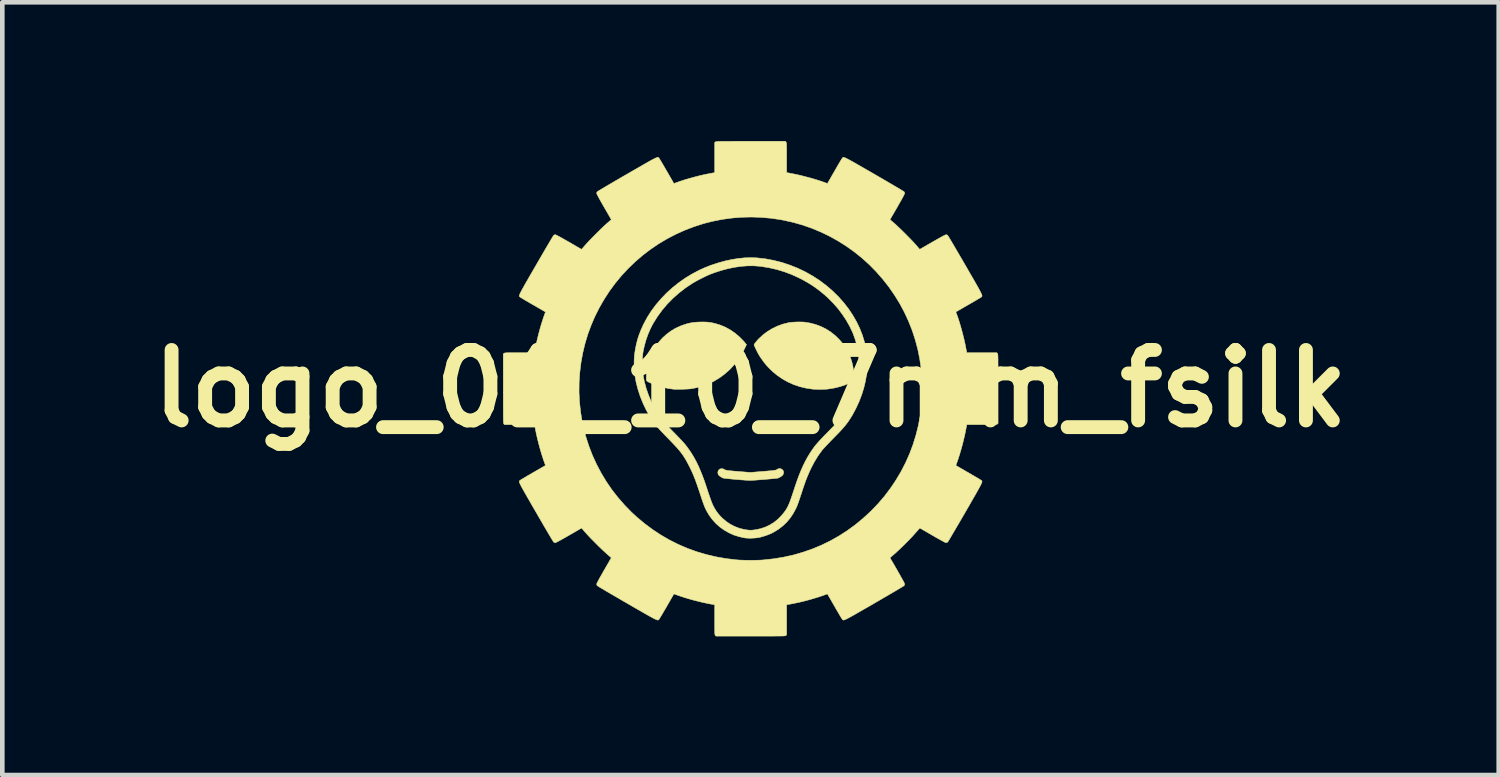
<source format=kicad_pcb>
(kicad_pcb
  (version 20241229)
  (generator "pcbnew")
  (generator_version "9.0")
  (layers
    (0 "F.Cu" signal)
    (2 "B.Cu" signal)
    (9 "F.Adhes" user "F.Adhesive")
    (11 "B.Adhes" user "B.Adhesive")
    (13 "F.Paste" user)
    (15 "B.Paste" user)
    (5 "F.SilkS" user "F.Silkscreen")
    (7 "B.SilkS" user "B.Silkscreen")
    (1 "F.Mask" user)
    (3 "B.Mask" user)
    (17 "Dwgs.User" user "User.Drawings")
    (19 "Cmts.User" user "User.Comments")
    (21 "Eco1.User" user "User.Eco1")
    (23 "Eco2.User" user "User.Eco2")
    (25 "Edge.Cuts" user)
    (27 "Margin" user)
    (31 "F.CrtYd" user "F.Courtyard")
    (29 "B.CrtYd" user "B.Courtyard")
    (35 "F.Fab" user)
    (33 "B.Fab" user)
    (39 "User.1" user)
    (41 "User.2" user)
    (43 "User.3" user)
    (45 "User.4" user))
  (footprint "logo_01_10_7mm_fsilk"
    (layer "F.Cu")
    (at 13.179 5.352)
    (property "Reference" "logo_01_10_7mm_fsilk" (at 0 0 0) (layer "F.SilkS") (effects (font (size 1.524 1.524) (thickness 0.3))))
    (attr through_hole)
    (fp_poly (pts (xy -0.956 -1.438) (xy -0.897 -1.433) (xy -0.839 -1.424) (xy -0.778 -1.41) (xy -0.761 -1.406) (xy -0.648 -1.371) (xy -0.539 -1.325) (xy -0.434 -1.267) (xy -0.335 -1.198) (xy -0.242 -1.12) (xy -0.156 -1.033) (xy -0.132 -1.005) (xy -0.087 -0.951) (xy -0.118 -0.884) (xy -0.178 -0.762) (xy -0.25 -0.647) (xy -0.332 -0.538) (xy -0.426 -0.435) (xy -0.463 -0.398) (xy -0.568 -0.307) (xy -0.679 -0.226) (xy -0.796 -0.156) (xy -0.919 -0.098) (xy -1.048 -0.051) (xy -1.182 -0.015) (xy -1.28 0.003) (xy -1.308 0.007) (xy -1.346 0.01) (xy -1.391 0.012) (xy -1.44 0.014) (xy -1.491 0.016) (xy -1.541 0.017) (xy -1.586 0.017) (xy -1.625 0.017) (xy -1.655 0.015) (xy -1.657 0.015) (xy -1.782 -0.002) (xy -1.908 -0.031) (xy -2.033 -0.069) (xy -2.152 -0.116) (xy -2.179 -0.128) (xy -2.21 -0.143) (xy -2.23 -0.154) (xy -2.243 -0.166) (xy -2.251 -0.179) (xy -2.253 -0.197) (xy -2.254 -0.223) (xy -2.254 -0.235) (xy -2.248 -0.357) (xy -2.231 -0.477) (xy -2.202 -0.593) (xy -2.162 -0.704) (xy -2.112 -0.81) (xy -2.052 -0.911) (xy -1.983 -1.005) (xy -1.906 -1.092) (xy -1.82 -1.17) (xy -1.726 -1.241) (xy -1.625 -1.302) (xy -1.517 -1.352) (xy -1.438 -1.381) (xy -1.371 -1.402) (xy -1.308 -1.417) (xy -1.245 -1.428) (xy -1.178 -1.435) (xy -1.103 -1.439) (xy -1.092 -1.439) (xy -1.02 -1.44) (xy -0.956 -1.438)) (stroke (width 0.01) (type solid)) (fill yes) (layer "F.SilkS"))
    (fp_poly (pts (xy 1.122 -1.439) (xy 1.164 -1.437) (xy 1.175 -1.435) (xy 1.297 -1.415) (xy 1.415 -1.383) (xy 1.528 -1.34) (xy 1.636 -1.286) (xy 1.738 -1.221) (xy 1.832 -1.146) (xy 1.912 -1.068) (xy 1.969 -1.004) (xy 2.017 -0.941) (xy 2.061 -0.873) (xy 2.102 -0.798) (xy 2.121 -0.759) (xy 2.16 -0.671) (xy 2.189 -0.585) (xy 2.211 -0.497) (xy 2.225 -0.406) (xy 2.232 -0.308) (xy 2.233 -0.281) (xy 2.237 -0.165) (xy 2.158 -0.127) (xy 2.05 -0.08) (xy 1.937 -0.042) (xy 1.819 -0.013) (xy 1.693 0.008) (xy 1.654 0.013) (xy 1.621 0.015) (xy 1.579 0.017) (xy 1.53 0.018) (xy 1.48 0.018) (xy 1.43 0.017) (xy 1.384 0.015) (xy 1.346 0.013) (xy 1.338 0.012) (xy 1.2 -0.009) (xy 1.066 -0.041) (xy 0.936 -0.085) (xy 0.812 -0.14) (xy 0.694 -0.206) (xy 0.582 -0.282) (xy 0.477 -0.368) (xy 0.38 -0.463) (xy 0.291 -0.568) (xy 0.211 -0.681) (xy 0.167 -0.754) (xy 0.152 -0.782) (xy 0.136 -0.813) (xy 0.12 -0.846) (xy 0.105 -0.877) (xy 0.092 -0.906) (xy 0.082 -0.929) (xy 0.077 -0.944) (xy 0.076 -0.949) (xy 0.08 -0.957) (xy 0.091 -0.973) (xy 0.107 -0.994) (xy 0.126 -1.018) (xy 0.147 -1.043) (xy 0.168 -1.066) (xy 0.18 -1.078) (xy 0.268 -1.16) (xy 0.365 -1.233) (xy 0.47 -1.297) (xy 0.58 -1.35) (xy 0.694 -1.392) (xy 0.812 -1.422) (xy 0.833 -1.426) (xy 0.869 -1.431) (xy 0.914 -1.435) (xy 0.965 -1.438) (xy 1.019 -1.44) (xy 1.072 -1.44) (xy 1.122 -1.439)) (stroke (width 0.01) (type solid)) (fill yes) (layer "F.SilkS"))
    (fp_poly (pts (xy 0.653 1.733) (xy 0.678 1.745) (xy 0.7 1.765) (xy 0.713 1.789) (xy 0.715 1.794) (xy 0.716 1.821) (xy 0.709 1.849) (xy 0.698 1.87) (xy 0.681 1.886) (xy 0.657 1.904) (xy 0.629 1.92) (xy 0.603 1.933) (xy 0.593 1.936) (xy 0.58 1.939) (xy 0.556 1.942) (xy 0.523 1.945) (xy 0.482 1.949) (xy 0.435 1.954) (xy 0.383 1.958) (xy 0.329 1.963) (xy 0.273 1.968) (xy 0.217 1.972) (xy 0.164 1.976) (xy 0.114 1.98) (xy 0.069 1.983) (xy 0.031 1.985) (xy 0.001 1.986) (xy -0.018 1.987) (xy -0.019 1.987) (xy -0.038 1.986) (xy -0.067 1.984) (xy -0.106 1.982) (xy -0.152 1.978) (xy -0.203 1.975) (xy -0.258 1.97) (xy -0.315 1.965) (xy -0.321 1.965) (xy -0.376 1.96) (xy -0.429 1.955) (xy -0.476 1.95) (xy -0.518 1.946) (xy -0.551 1.942) (xy -0.576 1.939) (xy -0.589 1.937) (xy -0.59 1.936) (xy -0.611 1.927) (xy -0.635 1.914) (xy -0.659 1.898) (xy -0.678 1.883) (xy -0.686 1.876) (xy -0.701 1.85) (xy -0.707 1.821) (xy -0.703 1.792) (xy -0.692 1.766) (xy -0.673 1.747) (xy -0.667 1.743) (xy -0.647 1.736) (xy -0.625 1.733) (xy -0.624 1.733) (xy -0.61 1.733) (xy -0.596 1.735) (xy -0.58 1.742) (xy -0.558 1.753) (xy -0.543 1.761) (xy -0.535 1.764) (xy -0.52 1.767) (xy -0.499 1.77) (xy -0.47 1.774) (xy -0.431 1.778) (xy -0.383 1.783) (xy -0.324 1.788) (xy -0.264 1.793) (xy -0.003 1.814) (xy 0.27 1.791) (xy 0.337 1.786) (xy 0.392 1.781) (xy 0.437 1.777) (xy 0.472 1.773) (xy 0.5 1.77) (xy 0.521 1.767) (xy 0.537 1.764) (xy 0.548 1.762) (xy 0.556 1.759) (xy 0.561 1.755) (xy 0.562 1.755) (xy 0.597 1.736) (xy 0.631 1.73) (xy 0.653 1.733)) (stroke (width 0.01) (type solid)) (fill yes) (layer "F.SilkS"))
    (fp_poly (pts (xy 0.141 -2.826) (xy 0.149 -2.825) (xy 0.331 -2.804) (xy 0.509 -2.77) (xy 0.685 -2.725) (xy 0.856 -2.668) (xy 1.024 -2.601) (xy 1.186 -2.523) (xy 1.342 -2.435) (xy 1.493 -2.338) (xy 1.636 -2.23) (xy 1.771 -2.114) (xy 1.899 -1.989) (xy 2.017 -1.856) (xy 2.119 -1.724) (xy 2.211 -1.587) (xy 2.292 -1.446) (xy 2.361 -1.303) (xy 2.418 -1.158) (xy 2.463 -1.011) (xy 2.496 -0.863) (xy 2.517 -0.714) (xy 2.525 -0.564) (xy 2.521 -0.415) (xy 2.511 -0.311) (xy 2.486 -0.163) (xy 2.45 -0.012) (xy 2.403 0.138) (xy 2.346 0.286) (xy 2.279 0.431) (xy 2.204 0.571) (xy 2.186 0.6) (xy 2.16 0.642) (xy 2.135 0.681) (xy 2.11 0.718) (xy 2.083 0.754) (xy 2.055 0.791) (xy 2.023 0.829) (xy 1.987 0.87) (xy 1.947 0.914) (xy 1.9 0.964) (xy 1.846 1.019) (xy 1.784 1.082) (xy 1.768 1.099) (xy 1.727 1.141) (xy 1.687 1.183) (xy 1.648 1.223) (xy 1.614 1.26) (xy 1.584 1.293) (xy 1.56 1.319) (xy 1.544 1.338) (xy 1.543 1.34) (xy 1.459 1.457) (xy 1.381 1.585) (xy 1.321 1.699) (xy 1.288 1.767) (xy 1.258 1.834) (xy 1.229 1.903) (xy 1.2 1.975) (xy 1.172 2.053) (xy 1.142 2.14) (xy 1.121 2.203) (xy 1.098 2.274) (xy 1.078 2.334) (xy 1.061 2.385) (xy 1.047 2.427) (xy 1.035 2.462) (xy 1.024 2.491) (xy 1.015 2.516) (xy 1.006 2.538) (xy 0.998 2.558) (xy 0.989 2.577) (xy 0.98 2.596) (xy 0.923 2.703) (xy 0.857 2.801) (xy 0.782 2.89) (xy 0.698 2.97) (xy 0.605 3.042) (xy 0.502 3.105) (xy 0.465 3.124) (xy 0.418 3.146) (xy 0.362 3.168) (xy 0.303 3.188) (xy 0.244 3.206) (xy 0.19 3.219) (xy 0.171 3.223) (xy 0.126 3.229) (xy 0.075 3.233) (xy 0.019 3.236) (xy -0.035 3.236) (xy -0.085 3.234) (xy -0.126 3.229) (xy -0.129 3.229) (xy -0.247 3.203) (xy -0.361 3.167) (xy -0.468 3.119) (xy -0.569 3.061) (xy -0.663 2.994) (xy -0.749 2.917) (xy -0.827 2.831) (xy -0.896 2.737) (xy -0.956 2.634) (xy -0.987 2.569) (xy -0.998 2.542) (xy -1.011 2.506) (xy -1.027 2.464) (xy -1.042 2.42) (xy -1.057 2.376) (xy -1.057 2.374) (xy -1.09 2.275) (xy -1.119 2.187) (xy -1.146 2.108) (xy -1.171 2.037) (xy -1.194 1.974) (xy -1.217 1.916) (xy -1.239 1.862) (xy -1.261 1.811) (xy -1.284 1.761) (xy -1.308 1.711) (xy -1.324 1.68) (xy -1.356 1.618) (xy -1.387 1.561) (xy -1.417 1.51) (xy -1.448 1.461) (xy -1.481 1.414) (xy -1.517 1.366) (xy -1.557 1.318) (xy -1.603 1.266) (xy -1.655 1.21) (xy -1.714 1.148) (xy -1.765 1.095) (xy -1.829 1.03) (xy -1.884 0.973) (xy -1.932 0.922) (xy -1.974 0.877) (xy -2.01 0.835) (xy -2.043 0.797) (xy -2.072 0.76) (xy -2.099 0.723) (xy -2.124 0.686) (xy -2.15 0.648) (xy -2.17 0.615) (xy -2.251 0.473) (xy -2.322 0.325) (xy -2.384 0.172) (xy -2.435 0.016) (xy -2.475 -0.141) (xy -2.503 -0.297) (xy -2.506 -0.321) (xy -2.51 -0.364) (xy -2.513 -0.415) (xy -2.516 -0.471) (xy -2.517 -0.53) (xy -2.517 -0.546) (xy -2.34 -0.546) (xy -2.339 -0.484) (xy -2.337 -0.425) (xy -2.334 -0.372) (xy -2.33 -0.328) (xy -2.328 -0.318) (xy -2.298 -0.162) (xy -2.257 -0.006) (xy -2.204 0.146) (xy -2.142 0.294) (xy -2.07 0.436) (xy -2.021 0.52) (xy -1.997 0.558) (xy -1.974 0.593) (xy -1.951 0.626) (xy -1.926 0.658) (xy -1.899 0.692) (xy -1.869 0.727) (xy -1.835 0.765) (xy -1.794 0.808) (xy -1.748 0.857) (xy -1.693 0.913) (xy -1.667 0.94) (xy -1.614 0.994) (xy -1.568 1.041) (xy -1.53 1.081) (xy -1.497 1.115) (xy -1.469 1.145) (xy -1.445 1.173) (xy -1.423 1.198) (xy -1.403 1.223) (xy -1.384 1.248) (xy -1.364 1.273) (xy -1.311 1.348) (xy -1.261 1.424) (xy -1.214 1.504) (xy -1.169 1.589) (xy -1.125 1.679) (xy -1.083 1.777) (xy -1.04 1.883) (xy -0.997 1.999) (xy -0.954 2.126) (xy -0.936 2.181) (xy -0.912 2.254) (xy -0.891 2.317) (xy -0.872 2.37) (xy -0.856 2.415) (xy -0.842 2.453) (xy -0.829 2.486) (xy -0.816 2.515) (xy -0.804 2.541) (xy -0.791 2.566) (xy -0.783 2.58) (xy -0.742 2.648) (xy -0.697 2.709) (xy -0.645 2.767) (xy -0.609 2.803) (xy -0.527 2.873) (xy -0.438 2.933) (xy -0.342 2.983) (xy -0.242 3.021) (xy -0.138 3.047) (xy -0.054 3.06) (xy -0.023 3.062) (xy 0.005 3.063) (xy 0.034 3.062) (xy 0.068 3.058) (xy 0.11 3.052) (xy 0.124 3.05) (xy 0.225 3.028) (xy 0.323 2.994) (xy 0.418 2.949) (xy 0.507 2.894) (xy 0.59 2.828) (xy 0.665 2.753) (xy 0.733 2.67) (xy 0.753 2.641) (xy 0.769 2.617) (xy 0.784 2.593) (xy 0.797 2.569) (xy 0.81 2.544) (xy 0.823 2.517) (xy 0.836 2.485) (xy 0.851 2.449) (xy 0.866 2.407) (xy 0.884 2.357) (xy 0.903 2.299) (xy 0.926 2.231) (xy 0.952 2.152) (xy 0.953 2.149) (xy 0.998 2.015) (xy 1.043 1.892) (xy 1.088 1.78) (xy 1.134 1.676) (xy 1.181 1.579) (xy 1.23 1.489) (xy 1.281 1.405) (xy 1.299 1.376) (xy 1.325 1.338) (xy 1.35 1.302) (xy 1.374 1.268) (xy 1.4 1.234) (xy 1.429 1.2) (xy 1.46 1.164) (xy 1.496 1.124) (xy 1.537 1.081) (xy 1.584 1.031) (xy 1.639 0.975) (xy 1.676 0.937) (xy 1.716 0.896) (xy 1.754 0.857) (xy 1.79 0.82) (xy 1.822 0.787) (xy 1.848 0.759) (xy 1.868 0.737) (xy 1.88 0.724) (xy 1.953 0.632) (xy 2.022 0.529) (xy 2.087 0.418) (xy 2.146 0.3) (xy 2.2 0.176) (xy 2.246 0.05) (xy 2.285 -0.078) (xy 2.314 -0.2) (xy 2.337 -0.344) (xy 2.348 -0.488) (xy 2.346 -0.632) (xy 2.331 -0.776) (xy 2.304 -0.919) (xy 2.264 -1.061) (xy 2.213 -1.202) (xy 2.206 -1.217) (xy 2.143 -1.349) (xy 2.069 -1.479) (xy 1.984 -1.607) (xy 1.89 -1.731) (xy 1.786 -1.849) (xy 1.674 -1.962) (xy 1.597 -2.031) (xy 1.482 -2.125) (xy 1.366 -2.21) (xy 1.244 -2.287) (xy 1.115 -2.36) (xy 1.049 -2.393) (xy 0.889 -2.466) (xy 0.729 -2.526) (xy 0.566 -2.575) (xy 0.399 -2.613) (xy 0.226 -2.641) (xy 0.191 -2.645) (xy 0.067 -2.654) (xy -0.063 -2.653) (xy -0.199 -2.643) (xy -0.339 -2.623) (xy -0.481 -2.594) (xy -0.625 -2.556) (xy -0.769 -2.51) (xy -0.86 -2.476) (xy -0.904 -2.458) (xy -0.955 -2.435) (xy -1.011 -2.408) (xy -1.069 -2.379) (xy -1.127 -2.349) (xy -1.181 -2.32) (xy -1.229 -2.292) (xy -1.257 -2.276) (xy -1.407 -2.176) (xy -1.547 -2.067) (xy -1.678 -1.951) (xy -1.8 -1.827) (xy -1.912 -1.695) (xy -2.013 -1.556) (xy -2.104 -1.41) (xy -2.126 -1.371) (xy -2.175 -1.272) (xy -2.22 -1.164) (xy -2.26 -1.05) (xy -2.293 -0.932) (xy -2.319 -0.815) (xy -2.328 -0.758) (xy -2.333 -0.716) (xy -2.337 -0.665) (xy -2.339 -0.607) (xy -2.34 -0.546) (xy -2.517 -0.546) (xy -2.517 -0.589) (xy -2.515 -0.644) (xy -2.513 -0.692) (xy -2.509 -0.73) (xy -2.491 -0.849) (xy -2.469 -0.958) (xy -2.443 -1.062) (xy -2.41 -1.162) (xy -2.371 -1.262) (xy -2.325 -1.365) (xy -2.311 -1.394) (xy -2.234 -1.538) (xy -2.145 -1.678) (xy -2.045 -1.812) (xy -1.935 -1.941) (xy -1.817 -2.064) (xy -1.689 -2.18) (xy -1.554 -2.288) (xy -1.412 -2.388) (xy -1.264 -2.478) (xy -1.11 -2.559) (xy -0.994 -2.612) (xy -0.849 -2.669) (xy -0.702 -2.717) (xy -0.555 -2.758) (xy -0.408 -2.79) (xy -0.264 -2.813) (xy -0.123 -2.827) (xy 0.012 -2.831) (xy 0.141 -2.826)) (stroke (width 0.01) (type solid)) (fill yes) (layer "F.SilkS"))
    (fp_poly (pts (xy 0.768 -5.33) (xy 0.771 -5.326) (xy 0.773 -5.321) (xy 0.775 -5.315) (xy 0.777 -5.305) (xy 0.778 -5.292) (xy 0.779 -5.274) (xy 0.78 -5.25) (xy 0.78 -5.218) (xy 0.781 -5.179) (xy 0.781 -5.129) (xy 0.781 -5.07) (xy 0.781 -4.999) (xy 0.781 -4.992) (xy 0.781 -4.67) (xy 0.894 -4.649) (xy 0.993 -4.629) (xy 1.098 -4.605) (xy 1.206 -4.577) (xy 1.315 -4.548) (xy 1.42 -4.517) (xy 1.518 -4.486) (xy 1.595 -4.459) (xy 1.663 -4.434) (xy 1.817 -4.701) (xy 1.848 -4.755) (xy 1.877 -4.806) (xy 1.905 -4.853) (xy 1.929 -4.894) (xy 1.95 -4.929) (xy 1.967 -4.957) (xy 1.979 -4.976) (xy 1.985 -4.985) (xy 1.985 -4.985) (xy 1.99 -4.99) (xy 1.994 -4.994) (xy 1.999 -4.997) (xy 2.005 -4.999) (xy 2.012 -4.999) (xy 2.022 -4.998) (xy 2.035 -4.994) (xy 2.051 -4.988) (xy 2.071 -4.978) (xy 2.095 -4.966) (xy 2.125 -4.95) (xy 2.161 -4.931) (xy 2.203 -4.908) (xy 2.253 -4.88) (xy 2.31 -4.847) (xy 2.375 -4.81) (xy 2.449 -4.767) (xy 2.533 -4.719) (xy 2.627 -4.665) (xy 2.677 -4.636) (xy 2.759 -4.588) (xy 2.839 -4.542) (xy 2.915 -4.498) (xy 2.986 -4.456) (xy 3.053 -4.417) (xy 3.114 -4.381) (xy 3.168 -4.349) (xy 3.216 -4.321) (xy 3.255 -4.297) (xy 3.286 -4.279) (xy 3.307 -4.265) (xy 3.319 -4.258) (xy 3.32 -4.256) (xy 3.331 -4.24) (xy 3.333 -4.221) (xy 3.332 -4.217) (xy 3.328 -4.206) (xy 3.318 -4.186) (xy 3.303 -4.155) (xy 3.281 -4.115) (xy 3.253 -4.064) (xy 3.218 -4.004) (xy 3.178 -3.932) (xy 3.131 -3.851) (xy 3.077 -3.758) (xy 3.031 -3.679) (xy 3.016 -3.653) (xy 3.1 -3.581) (xy 3.134 -3.552) (xy 3.174 -3.514) (xy 3.219 -3.471) (xy 3.269 -3.423) (xy 3.32 -3.373) (xy 3.372 -3.321) (xy 3.423 -3.269) (xy 3.472 -3.219) (xy 3.516 -3.173) (xy 3.554 -3.132) (xy 3.584 -3.098) (xy 3.587 -3.094) (xy 3.659 -3.01) (xy 3.685 -3.025) (xy 3.784 -3.082) (xy 3.872 -3.133) (xy 3.949 -3.177) (xy 4.017 -3.216) (xy 4.074 -3.248) (xy 4.122 -3.275) (xy 4.16 -3.296) (xy 4.19 -3.311) (xy 4.21 -3.321) (xy 4.222 -3.325) (xy 4.223 -3.326) (xy 4.243 -3.325) (xy 4.259 -3.317) (xy 4.263 -3.314) (xy 4.268 -3.306) (xy 4.279 -3.289) (xy 4.296 -3.261) (xy 4.318 -3.225) (xy 4.344 -3.181) (xy 4.375 -3.129) (xy 4.409 -3.071) (xy 4.447 -3.006) (xy 4.488 -2.936) (xy 4.531 -2.862) (xy 4.577 -2.784) (xy 4.624 -2.702) (xy 4.643 -2.67) (xy 4.7 -2.571) (xy 4.751 -2.482) (xy 4.797 -2.403) (xy 4.837 -2.334) (xy 4.872 -2.273) (xy 4.902 -2.219) (xy 4.928 -2.174) (xy 4.949 -2.135) (xy 4.966 -2.102) (xy 4.98 -2.075) (xy 4.991 -2.052) (xy 4.999 -2.035) (xy 5.004 -2.02) (xy 5.006 -2.01) (xy 5.006 -2.001) (xy 5.005 -1.995) (xy 5.002 -1.99) (xy 4.998 -1.985) (xy 4.993 -1.981) (xy 4.99 -1.978) (xy 4.981 -1.972) (xy 4.963 -1.961) (xy 4.936 -1.944) (xy 4.901 -1.924) (xy 4.86 -1.899) (xy 4.813 -1.872) (xy 4.763 -1.843) (xy 4.709 -1.812) (xy 4.707 -1.811) (xy 4.44 -1.657) (xy 4.462 -1.598) (xy 4.488 -1.525) (xy 4.515 -1.441) (xy 4.542 -1.35) (xy 4.569 -1.255) (xy 4.594 -1.158) (xy 4.618 -1.062) (xy 4.639 -0.969) (xy 4.655 -0.887) (xy 4.677 -0.775) (xy 5.327 -0.775) (xy 5.34 -0.758) (xy 5.342 -0.755) (xy 5.344 -0.752) (xy 5.345 -0.748) (xy 5.347 -0.742) (xy 5.348 -0.734) (xy 5.349 -0.722) (xy 5.35 -0.706) (xy 5.351 -0.686) (xy 5.351 -0.661) (xy 5.352 -0.63) (xy 5.352 -0.592) (xy 5.352 -0.546) (xy 5.353 -0.493) (xy 5.353 -0.431) (xy 5.353 -0.36) (xy 5.353 -0.278) (xy 5.353 -0.186) (xy 5.353 -0.082) (xy 5.353 0.007) (xy 5.353 0.755) (xy 5.336 0.768) (xy 5.332 0.771) (xy 5.328 0.773) (xy 5.321 0.775) (xy 5.312 0.777) (xy 5.299 0.778) (xy 5.28 0.779) (xy 5.256 0.78) (xy 5.225 0.78) (xy 5.185 0.781) (xy 5.136 0.781) (xy 5.076 0.781) (xy 5.005 0.781) (xy 4.998 0.781) (xy 4.677 0.781) (xy 4.655 0.894) (xy 4.635 0.994) (xy 4.61 1.1) (xy 4.583 1.209) (xy 4.553 1.318) (xy 4.522 1.423) (xy 4.491 1.521) (xy 4.465 1.595) (xy 4.44 1.663) (xy 4.707 1.817) (xy 4.761 1.848) (xy 4.812 1.878) (xy 4.858 1.905) (xy 4.9 1.929) (xy 4.935 1.95) (xy 4.962 1.967) (xy 4.981 1.979) (xy 4.99 1.985) (xy 4.99 1.985) (xy 4.996 1.989) (xy 5 1.993) (xy 5.003 1.998) (xy 5.006 2.004) (xy 5.006 2.011) (xy 5.005 2.02) (xy 5.001 2.033) (xy 4.995 2.049) (xy 4.986 2.068) (xy 4.974 2.093) (xy 4.958 2.123) (xy 4.939 2.158) (xy 4.916 2.2) (xy 4.888 2.249) (xy 4.856 2.306) (xy 4.818 2.371) (xy 4.776 2.445) (xy 4.728 2.529) (xy 4.674 2.622) (xy 4.642 2.677) (xy 4.595 2.759) (xy 4.548 2.839) (xy 4.504 2.915) (xy 4.462 2.986) (xy 4.423 3.053) (xy 4.387 3.114) (xy 4.355 3.168) (xy 4.327 3.216) (xy 4.304 3.255) (xy 4.285 3.286) (xy 4.272 3.307) (xy 4.264 3.319) (xy 4.263 3.32) (xy 4.246 3.331) (xy 4.228 3.333) (xy 4.223 3.332) (xy 4.212 3.328) (xy 4.19 3.318) (xy 4.159 3.301) (xy 4.119 3.279) (xy 4.07 3.252) (xy 4.012 3.22) (xy 3.948 3.182) (xy 3.931 3.173) (xy 3.661 3.016) (xy 3.642 3.037) (xy 3.632 3.049) (xy 3.615 3.068) (xy 3.593 3.092) (xy 3.568 3.121) (xy 3.54 3.152) (xy 3.538 3.154) (xy 3.499 3.198) (xy 3.452 3.248) (xy 3.399 3.302) (xy 3.343 3.358) (xy 3.286 3.414) (xy 3.23 3.468) (xy 3.177 3.518) (xy 3.129 3.562) (xy 3.1 3.587) (xy 3.016 3.66) (xy 3.031 3.686) (xy 3.09 3.786) (xy 3.142 3.876) (xy 3.187 3.955) (xy 3.226 4.024) (xy 3.259 4.083) (xy 3.286 4.131) (xy 3.307 4.169) (xy 3.321 4.197) (xy 3.329 4.215) (xy 3.332 4.223) (xy 3.332 4.243) (xy 3.323 4.259) (xy 3.32 4.263) (xy 3.313 4.268) (xy 3.295 4.279) (xy 3.268 4.296) (xy 3.232 4.318) (xy 3.187 4.344) (xy 3.136 4.375) (xy 3.077 4.409) (xy 3.013 4.447) (xy 2.943 4.488) (xy 2.868 4.531) (xy 2.79 4.577) (xy 2.708 4.624) (xy 2.677 4.643) (xy 2.578 4.7) (xy 2.489 4.751) (xy 2.41 4.796) (xy 2.341 4.836) (xy 2.28 4.871) (xy 2.227 4.901) (xy 2.181 4.927) (xy 2.142 4.948) (xy 2.109 4.966) (xy 2.082 4.98) (xy 2.06 4.99) (xy 2.042 4.998) (xy 2.028 5.003) (xy 2.017 5.006) (xy 2.008 5.006) (xy 2.002 5.005) (xy 1.997 5.002) (xy 1.992 4.998) (xy 1.988 4.994) (xy 1.985 4.99) (xy 1.979 4.982) (xy 1.967 4.964) (xy 1.951 4.937) (xy 1.93 4.902) (xy 1.906 4.861) (xy 1.878 4.814) (xy 1.849 4.764) (xy 1.818 4.71) (xy 1.817 4.708) (xy 1.663 4.44) (xy 1.595 4.465) (xy 1.497 4.499) (xy 1.39 4.532) (xy 1.279 4.565) (xy 1.165 4.595) (xy 1.053 4.622) (xy 0.945 4.645) (xy 0.844 4.664) (xy 0.827 4.667) (xy 0.781 4.675) (xy 0.781 5.327) (xy 0.764 5.34) (xy 0.762 5.342) (xy 0.759 5.344) (xy 0.754 5.345) (xy 0.748 5.347) (xy 0.74 5.348) (xy 0.728 5.349) (xy 0.713 5.35) (xy 0.693 5.351) (xy 0.667 5.351) (xy 0.636 5.352) (xy 0.598 5.352) (xy 0.553 5.352) (xy 0.499 5.353) (xy 0.437 5.353) (xy 0.366 5.353) (xy 0.284 5.353) (xy 0.192 5.353) (xy 0.088 5.353) (xy -0.000396 5.353) (xy -0.748 5.353) (xy -0.762 5.336) (xy -0.764 5.332) (xy -0.767 5.328) (xy -0.769 5.321) (xy -0.771 5.312) (xy -0.772 5.299) (xy -0.773 5.28) (xy -0.774 5.256) (xy -0.774 5.225) (xy -0.774 5.185) (xy -0.775 5.136) (xy -0.775 5.077) (xy -0.775 5.006) (xy -0.775 4.675) (xy -0.821 4.667) (xy -0.916 4.65) (xy -1.02 4.628) (xy -1.128 4.602) (xy -1.239 4.574) (xy -1.348 4.543) (xy -1.453 4.511) (xy -1.551 4.478) (xy -1.614 4.456) (xy -1.656 4.44) (xy -1.81 4.707) (xy -1.841 4.761) (xy -1.871 4.811) (xy -1.898 4.858) (xy -1.923 4.9) (xy -1.944 4.935) (xy -1.961 4.962) (xy -1.972 4.981) (xy -1.978 4.99) (xy -1.979 4.99) (xy -1.983 4.996) (xy -1.987 5) (xy -1.992 5.003) (xy -1.997 5.006) (xy -2.005 5.006) (xy -2.014 5.005) (xy -2.026 5.001) (xy -2.042 4.995) (xy -2.062 4.986) (xy -2.087 4.974) (xy -2.116 4.958) (xy -2.152 4.939) (xy -2.194 4.916) (xy -2.243 4.888) (xy -2.3 4.856) (xy -2.365 4.818) (xy -2.439 4.776) (xy -2.522 4.728) (xy -2.616 4.674) (xy -2.67 4.642) (xy -2.753 4.595) (xy -2.832 4.548) (xy -2.908 4.504) (xy -2.98 4.462) (xy -3.047 4.423) (xy -3.108 4.388) (xy -3.162 4.355) (xy -3.209 4.327) (xy -3.249 4.304) (xy -3.279 4.285) (xy -3.301 4.272) (xy -3.312 4.264) (xy -3.314 4.263) (xy -3.324 4.246) (xy -3.326 4.228) (xy -3.326 4.223) (xy -3.322 4.213) (xy -3.312 4.192) (xy -3.296 4.162) (xy -3.275 4.122) (xy -3.247 4.071) (xy -3.212 4.01) (xy -3.172 3.939) (xy -3.125 3.858) (xy -3.071 3.765) (xy -3.025 3.685) (xy -3.01 3.659) (xy -3.1 3.581) (xy -3.139 3.546) (xy -3.185 3.504) (xy -3.235 3.456) (xy -3.289 3.404) (xy -3.344 3.349) (xy -3.398 3.294) (xy -3.451 3.241) (xy -3.499 3.19) (xy -3.541 3.145) (xy -3.575 3.107) (xy -3.653 3.016) (xy -3.679 3.031) (xy -3.78 3.09) (xy -3.87 3.142) (xy -3.949 3.187) (xy -4.018 3.227) (xy -4.076 3.259) (xy -4.125 3.286) (xy -4.163 3.307) (xy -4.191 3.321) (xy -4.209 3.33) (xy -4.217 3.332) (xy -4.237 3.332) (xy -4.253 3.323) (xy -4.256 3.32) (xy -4.262 3.313) (xy -4.273 3.295) (xy -4.29 3.268) (xy -4.312 3.232) (xy -4.338 3.187) (xy -4.369 3.136) (xy -4.403 3.077) (xy -4.441 3.013) (xy -4.482 2.943) (xy -4.525 2.868) (xy -4.571 2.79) (xy -4.618 2.708) (xy -4.636 2.677) (xy -4.694 2.577) (xy -4.745 2.489) (xy -4.79 2.41) (xy -4.831 2.34) (xy -4.865 2.279) (xy -4.896 2.226) (xy -4.921 2.18) (xy -4.943 2.141) (xy -4.96 2.108) (xy -4.974 2.081) (xy -4.985 2.059) (xy -4.992 2.041) (xy -4.997 2.027) (xy -5 2.016) (xy -5 2.007) (xy -4.999 2.001) (xy -4.996 1.996) (xy -4.992 1.992) (xy -4.987 1.987) (xy -4.983 1.984) (xy -4.975 1.979) (xy -4.956 1.967) (xy -4.929 1.951) (xy -4.895 1.93) (xy -4.853 1.906) (xy -4.807 1.878) (xy -4.756 1.849) (xy -4.703 1.818) (xy -4.701 1.817) (xy -4.433 1.662) (xy -4.448 1.623) (xy -4.482 1.527) (xy -4.516 1.421) (xy -4.549 1.309) (xy -4.58 1.195) (xy -4.609 1.08) (xy -4.634 0.969) (xy -4.651 0.881) (xy -4.657 0.849) (xy -4.662 0.821) (xy -4.665 0.8) (xy -4.667 0.788) (xy -4.667 0.787) (xy -4.673 0.786) (xy -4.692 0.784) (xy -4.721 0.783) (xy -4.761 0.783) (xy -4.81 0.782) (xy -4.869 0.781) (xy -4.935 0.781) (xy -4.994 0.781) (xy -5.32 0.781) (xy -5.334 0.764) (xy -5.336 0.762) (xy -5.337 0.759) (xy -5.339 0.754) (xy -5.34 0.748) (xy -5.341 0.74) (xy -5.343 0.728) (xy -5.343 0.713) (xy -5.344 0.693) (xy -5.345 0.667) (xy -5.345 0.636) (xy -5.346 0.598) (xy -5.346 0.553) (xy -5.346 0.499) (xy -5.346 0.437) (xy -5.347 0.366) (xy -5.347 0.284) (xy -5.347 0.192) (xy -5.347 0.088) (xy -5.347 0.08) (xy -3.708 0.08) (xy -3.697 0.294) (xy -3.674 0.507) (xy -3.64 0.718) (xy -3.615 0.832) (xy -3.561 1.04) (xy -3.495 1.244) (xy -3.418 1.444) (xy -3.329 1.638) (xy -3.229 1.827) (xy -3.119 2.01) (xy -2.998 2.187) (xy -2.866 2.356) (xy -2.725 2.518) (xy -2.575 2.672) (xy -2.464 2.775) (xy -2.295 2.916) (xy -2.121 3.046) (xy -1.941 3.165) (xy -1.755 3.273) (xy -1.564 3.369) (xy -1.367 3.454) (xy -1.166 3.527) (xy -0.959 3.588) (xy -0.748 3.638) (xy -0.532 3.676) (xy -0.311 3.703) (xy -0.283 3.705) (xy -0.228 3.709) (xy -0.163 3.711) (xy -0.092 3.713) (xy -0.017 3.714) (xy 0.058 3.713) (xy 0.132 3.712) (xy 0.2 3.71) (xy 0.259 3.707) (xy 0.279 3.705) (xy 0.501 3.681) (xy 0.718 3.645) (xy 0.93 3.598) (xy 1.137 3.538) (xy 1.34 3.467) (xy 1.537 3.385) (xy 1.729 3.291) (xy 1.915 3.186) (xy 2.095 3.07) (xy 2.269 2.943) (xy 2.437 2.804) (xy 2.599 2.655) (xy 2.606 2.648) (xy 2.756 2.492) (xy 2.896 2.329) (xy 3.025 2.158) (xy 3.144 1.981) (xy 3.253 1.798) (xy 3.35 1.61) (xy 3.437 1.416) (xy 3.512 1.217) (xy 3.575 1.014) (xy 3.627 0.808) (xy 3.667 0.598) (xy 3.695 0.385) (xy 3.711 0.17) (xy 3.715 0.003) (xy 3.709 -0.213) (xy 3.69 -0.427) (xy 3.659 -0.639) (xy 3.617 -0.848) (xy 3.562 -1.054) (xy 3.496 -1.257) (xy 3.418 -1.454) (xy 3.329 -1.647) (xy 3.23 -1.832) (xy 3.116 -2.018) (xy 2.993 -2.196) (xy 2.86 -2.365) (xy 2.719 -2.526) (xy 2.57 -2.678) (xy 2.412 -2.821) (xy 2.247 -2.954) (xy 2.075 -3.077) (xy 1.896 -3.19) (xy 1.711 -3.293) (xy 1.52 -3.385) (xy 1.323 -3.467) (xy 1.122 -3.537) (xy 0.915 -3.595) (xy 0.704 -3.642) (xy 0.657 -3.651) (xy 0.448 -3.682) (xy 0.236 -3.701) (xy 0.023 -3.709) (xy -0.19 -3.704) (xy -0.402 -3.687) (xy -0.612 -3.658) (xy -0.82 -3.617) (xy -1.013 -3.568) (xy -1.219 -3.502) (xy -1.42 -3.425) (xy -1.615 -3.337) (xy -1.804 -3.239) (xy -1.987 -3.13) (xy -2.162 -3.011) (xy -2.33 -2.883) (xy -2.491 -2.745) (xy -2.644 -2.598) (xy -2.788 -2.443) (xy -2.923 -2.28) (xy -3.049 -2.109) (xy -3.165 -1.93) (xy -3.272 -1.744) (xy -3.368 -1.552) (xy -3.443 -1.378) (xy -3.517 -1.178) (xy -3.578 -0.975) (xy -3.628 -0.768) (xy -3.666 -0.558) (xy -3.692 -0.346) (xy -3.706 -0.133) (xy -3.708 0.08) (xy -5.347 0.08) (xy -5.347 -0.000396) (xy -5.347 -0.748) (xy -5.33 -0.762) (xy -5.326 -0.764) (xy -5.321 -0.767) (xy -5.315 -0.769) (xy -5.306 -0.771) (xy -5.292 -0.772) (xy -5.274 -0.773) (xy -5.25 -0.774) (xy -5.219 -0.774) (xy -5.179 -0.774) (xy -5.13 -0.775) (xy -5.071 -0.775) (xy -5 -0.775) (xy -4.99 -0.775) (xy -4.918 -0.775) (xy -4.853 -0.775) (xy -4.797 -0.776) (xy -4.75 -0.776) (xy -4.713 -0.777) (xy -4.686 -0.778) (xy -4.671 -0.78) (xy -4.667 -0.781) (xy -4.666 -0.789) (xy -4.663 -0.807) (xy -4.659 -0.833) (xy -4.653 -0.864) (xy -4.651 -0.874) (xy -4.63 -0.98) (xy -4.604 -1.093) (xy -4.575 -1.208) (xy -4.544 -1.322) (xy -4.51 -1.434) (xy -4.476 -1.538) (xy -4.448 -1.617) (xy -4.433 -1.656) (xy -4.7 -1.81) (xy -4.754 -1.841) (xy -4.805 -1.871) (xy -4.852 -1.898) (xy -4.893 -1.923) (xy -4.928 -1.944) (xy -4.956 -1.961) (xy -4.975 -1.972) (xy -4.984 -1.978) (xy -4.984 -1.979) (xy -4.989 -1.983) (xy -4.994 -1.987) (xy -4.997 -1.992) (xy -4.999 -1.997) (xy -5 -2.005) (xy -4.998 -2.014) (xy -4.995 -2.026) (xy -4.989 -2.042) (xy -4.98 -2.062) (xy -4.968 -2.086) (xy -4.952 -2.116) (xy -4.933 -2.152) (xy -4.909 -2.194) (xy -4.882 -2.243) (xy -4.85 -2.3) (xy -4.812 -2.365) (xy -4.77 -2.439) (xy -4.722 -2.522) (xy -4.668 -2.615) (xy -4.636 -2.67) (xy -4.588 -2.753) (xy -4.542 -2.832) (xy -4.498 -2.908) (xy -4.456 -2.98) (xy -4.417 -3.047) (xy -4.381 -3.108) (xy -4.349 -3.162) (xy -4.321 -3.209) (xy -4.298 -3.249) (xy -4.279 -3.279) (xy -4.265 -3.301) (xy -4.258 -3.312) (xy -4.256 -3.314) (xy -4.24 -3.324) (xy -4.221 -3.326) (xy -4.217 -3.326) (xy -4.206 -3.322) (xy -4.186 -3.312) (xy -4.155 -3.296) (xy -4.115 -3.275) (xy -4.065 -3.247) (xy -4.004 -3.212) (xy -3.933 -3.172) (xy -3.851 -3.125) (xy -3.759 -3.071) (xy -3.679 -3.025) (xy -3.653 -3.01) (xy -3.575 -3.1) (xy -3.54 -3.139) (xy -3.498 -3.185) (xy -3.45 -3.235) (xy -3.397 -3.289) (xy -3.343 -3.344) (xy -3.288 -3.398) (xy -3.234 -3.451) (xy -3.184 -3.499) (xy -3.138 -3.541) (xy -3.1 -3.575) (xy -3.01 -3.653) (xy -3.025 -3.679) (xy -3.083 -3.78) (xy -3.135 -3.87) (xy -3.181 -3.949) (xy -3.22 -4.018) (xy -3.253 -4.076) (xy -3.28 -4.125) (xy -3.3 -4.163) (xy -3.315 -4.191) (xy -3.323 -4.209) (xy -3.326 -4.217) (xy -3.325 -4.237) (xy -3.317 -4.253) (xy -3.314 -4.256) (xy -3.306 -4.262) (xy -3.289 -4.273) (xy -3.261 -4.29) (xy -3.225 -4.312) (xy -3.181 -4.338) (xy -3.129 -4.369) (xy -3.071 -4.403) (xy -3.006 -4.441) (xy -2.936 -4.482) (xy -2.862 -4.525) (xy -2.784 -4.571) (xy -2.702 -4.618) (xy -2.67 -4.636) (xy -2.571 -4.694) (xy -2.482 -4.745) (xy -2.403 -4.79) (xy -2.334 -4.83) (xy -2.273 -4.865) (xy -2.219 -4.896) (xy -2.174 -4.921) (xy -2.135 -4.943) (xy -2.102 -4.96) (xy -2.075 -4.974) (xy -2.052 -4.985) (xy -2.035 -4.992) (xy -2.02 -4.997) (xy -2.009 -5) (xy -2.001 -5) (xy -1.995 -4.999) (xy -1.99 -4.996) (xy -1.985 -4.992) (xy -1.981 -4.987) (xy -1.978 -4.983) (xy -1.972 -4.975) (xy -1.961 -4.956) (xy -1.944 -4.929) (xy -1.924 -4.895) (xy -1.899 -4.853) (xy -1.872 -4.807) (xy -1.843 -4.756) (xy -1.812 -4.703) (xy -1.81 -4.7) (xy -1.656 -4.433) (xy -1.614 -4.449) (xy -1.525 -4.481) (xy -1.427 -4.513) (xy -1.321 -4.544) (xy -1.213 -4.574) (xy -1.104 -4.602) (xy -0.997 -4.627) (xy -0.896 -4.647) (xy -0.821 -4.661) (xy -0.775 -4.668) (xy -0.775 -5.32) (xy -0.758 -5.334) (xy -0.755 -5.336) (xy -0.752 -5.337) (xy -0.748 -5.339) (xy -0.742 -5.34) (xy -0.734 -5.341) (xy -0.722 -5.343) (xy -0.706 -5.343) (xy -0.686 -5.344) (xy -0.661 -5.345) (xy -0.63 -5.345) (xy -0.592 -5.346) (xy -0.546 -5.346) (xy -0.493 -5.346) (xy -0.431 -5.346) (xy -0.36 -5.347) (xy -0.278 -5.347) (xy -0.186 -5.347) (xy -0.082 -5.347) (xy 0.007 -5.347) (xy 0.755 -5.347) (xy 0.768 -5.33)) (stroke (width 0.01) (type solid)) (fill yes) (layer "F.SilkS")))
  (gr_rect
    (start -3 -3)
    (end 29.358 13.71)
    (stroke (width 0.1) (type default))
    (fill no)
    (layer "Edge.Cuts")))
</source>
